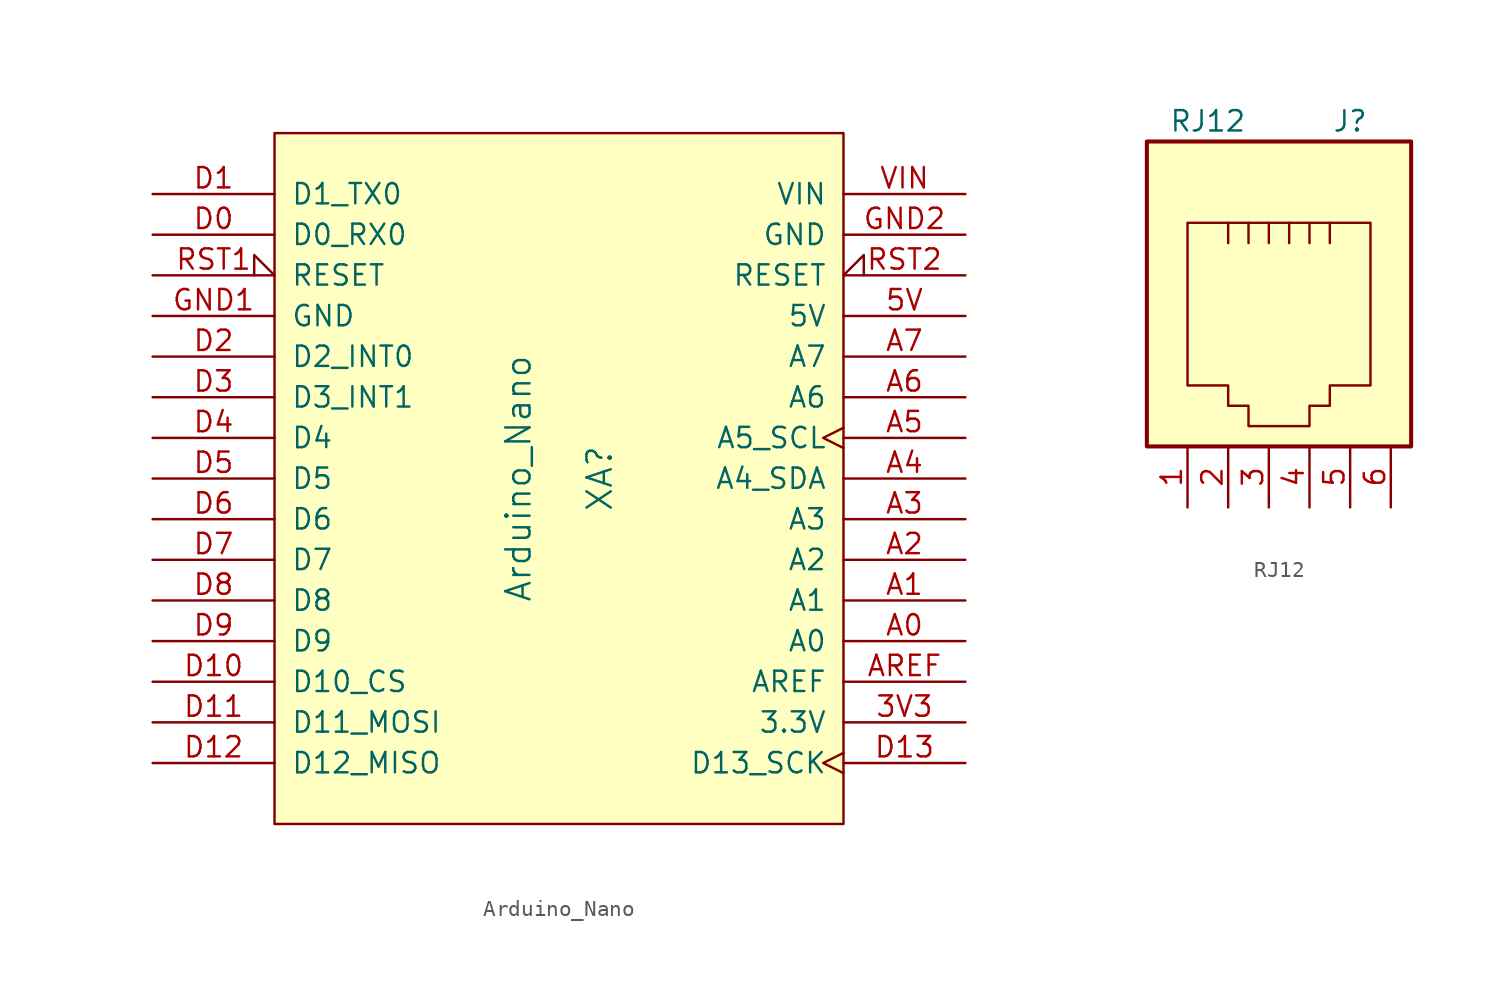
<source format=kicad_sym>
(kicad_symbol_lib
  (version 20220914)
  (generator kicad_symbol_editor)
  (symbol "Arduino_Nano"
    (pin_names
      (offset 1.016))
    (property "Reference" "XA"
      (at 2.54 0 90)
      (effects (font (size 1.524 1.524))))
    (property "Value" "Arduino_Nano"
      (at -2.54 0 90)
      (effects (font (size 1.524 1.524))))
    (symbol "Arduino_Nano_0_0"
      (rectangle (start -17.78 21.59) (end 17.78 -21.59) (stroke (width 0) (type default)) (fill (type background))))
    (symbol "Arduino_Nano_1_1"
      (pin power_in line (at 25.4 -15.24 180) (length 7.62) (name "3.3V" (effects (font (size 1.27 1.27)))) (number "3V3" (effects (font (size 1.27 1.27)))))
      (pin power_in line (at 25.4 10.16 180) (length 7.62) (name "5V" (effects (font (size 1.27 1.27)))) (number "5V" (effects (font (size 1.27 1.27)))))
      (pin bidirectional line (at 25.4 -10.16 180) (length 7.62) (name "A0" (effects (font (size 1.27 1.27)))) (number "A0" (effects (font (size 1.27 1.27)))))
      (pin bidirectional line (at 25.4 -7.62 180) (length 7.62) (name "A1" (effects (font (size 1.27 1.27)))) (number "A1" (effects (font (size 1.27 1.27)))))
      (pin bidirectional line (at 25.4 -5.08 180) (length 7.62) (name "A2" (effects (font (size 1.27 1.27)))) (number "A2" (effects (font (size 1.27 1.27)))))
      (pin bidirectional line (at 25.4 -2.54 180) (length 7.62) (name "A3" (effects (font (size 1.27 1.27)))) (number "A3" (effects (font (size 1.27 1.27)))))
      (pin bidirectional line (at 25.4 0 180) (length 7.62) (name "A4_SDA" (effects (font (size 1.27 1.27)))) (number "A4" (effects (font (size 1.27 1.27)))))
      (pin bidirectional clock (at 25.4 2.54 180) (length 7.62) (name "A5_SCL" (effects (font (size 1.27 1.27)))) (number "A5" (effects (font (size 1.27 1.27)))))
      (pin input line (at 25.4 5.08 180) (length 7.62) (name "A6" (effects (font (size 1.27 1.27)))) (number "A6" (effects (font (size 1.27 1.27)))))
      (pin input line (at 25.4 7.62 180) (length 7.62) (name "A7" (effects (font (size 1.27 1.27)))) (number "A7" (effects (font (size 1.27 1.27)))))
      (pin input line (at 25.4 -12.7 180) (length 7.62) (name "AREF" (effects (font (size 1.27 1.27)))) (number "AREF" (effects (font (size 1.27 1.27)))))
      (pin bidirectional line (at -25.4 15.24 0) (length 7.62) (name "D0_RX0" (effects (font (size 1.27 1.27)))) (number "D0" (effects (font (size 1.27 1.27)))))
      (pin bidirectional line (at -25.4 17.78 0) (length 7.62) (name "D1_TX0" (effects (font (size 1.27 1.27)))) (number "D1" (effects (font (size 1.27 1.27)))))
      (pin bidirectional line (at -25.4 -12.7 0) (length 7.62) (name "D10_CS" (effects (font (size 1.27 1.27)))) (number "D10" (effects (font (size 1.27 1.27)))))
      (pin bidirectional line (at -25.4 -15.24 0) (length 7.62) (name "D11_MOSI" (effects (font (size 1.27 1.27)))) (number "D11" (effects (font (size 1.27 1.27)))))
      (pin bidirectional line (at -25.4 -17.78 0) (length 7.62) (name "D12_MISO" (effects (font (size 1.27 1.27)))) (number "D12" (effects (font (size 1.27 1.27)))))
      (pin bidirectional clock (at 25.4 -17.78 180) (length 7.62) (name "D13_SCK" (effects (font (size 1.27 1.27)))) (number "D13" (effects (font (size 1.27 1.27)))))
      (pin bidirectional line (at -25.4 7.62 0) (length 7.62) (name "D2_INT0" (effects (font (size 1.27 1.27)))) (number "D2" (effects (font (size 1.27 1.27)))))
      (pin bidirectional line (at -25.4 5.08 0) (length 7.62) (name "D3_INT1" (effects (font (size 1.27 1.27)))) (number "D3" (effects (font (size 1.27 1.27)))))
      (pin bidirectional line (at -25.4 2.54 0) (length 7.62) (name "D4" (effects (font (size 1.27 1.27)))) (number "D4" (effects (font (size 1.27 1.27)))))
      (pin bidirectional line (at -25.4 0 0) (length 7.62) (name "D5" (effects (font (size 1.27 1.27)))) (number "D5" (effects (font (size 1.27 1.27)))))
      (pin bidirectional line (at -25.4 -2.54 0) (length 7.62) (name "D6" (effects (font (size 1.27 1.27)))) (number "D6" (effects (font (size 1.27 1.27)))))
      (pin bidirectional line (at -25.4 -5.08 0) (length 7.62) (name "D7" (effects (font (size 1.27 1.27)))) (number "D7" (effects (font (size 1.27 1.27)))))
      (pin bidirectional line (at -25.4 -7.62 0) (length 7.62) (name "D8" (effects (font (size 1.27 1.27)))) (number "D8" (effects (font (size 1.27 1.27)))))
      (pin bidirectional line (at -25.4 -10.16 0) (length 7.62) (name "D9" (effects (font (size 1.27 1.27)))) (number "D9" (effects (font (size 1.27 1.27)))))
      (pin power_in line (at -25.4 10.16 0) (length 7.62) (name "GND" (effects (font (size 1.27 1.27)))) (number "GND1" (effects (font (size 1.27 1.27)))))
      (pin power_in line (at 25.4 15.24 180) (length 7.62) (name "GND" (effects (font (size 1.27 1.27)))) (number "GND2" (effects (font (size 1.27 1.27)))))
      (pin open_collector input_low (at -25.4 12.7 0) (length 7.62) (name "RESET" (effects (font (size 1.27 1.27)))) (number "RST1" (effects (font (size 1.27 1.27)))))
      (pin open_collector input_low (at 25.4 12.7 180) (length 7.62) (name "RESET" (effects (font (size 1.27 1.27)))) (number "RST2" (effects (font (size 1.27 1.27)))))
      (pin power_in line (at 25.4 17.78 180) (length 7.62) (name "VIN" (effects (font (size 1.27 1.27)))) (number "VIN" (effects (font (size 1.27 1.27)))))))
  (symbol "RJ12"
    (pin_names
      (offset 1.016))
    (property "Reference" "J"
      (at 5.08 12.7 0)
      (effects (font (size 1.27 1.27))))
    (property "Value" "RJ12"
      (at -3.81 12.7 0)
      (effects (font (size 1.27 1.27))))
    (symbol "RJ12_0_1"
      (polyline (pts (xy -2.54 6.35) (xy -2.54 5.08) (xy -2.54 5.08)) (stroke (width 0) (type default)) (fill (type none)))
      (polyline (pts (xy -1.27 6.35) (xy -1.27 5.08) (xy -1.27 5.08)) (stroke (width 0) (type default)) (fill (type none)))
      (polyline (pts (xy 0 6.35) (xy 0 5.08) (xy 0 5.08)) (stroke (width 0) (type default)) (fill (type none)))
      (polyline (pts (xy 1.27 6.35) (xy 1.27 5.08) (xy 1.27 5.08)) (stroke (width 0) (type default)) (fill (type none)))
      (polyline (pts (xy 2.54 6.35) (xy 2.54 5.08) (xy 2.54 5.08)) (stroke (width 0) (type default)) (fill (type none)))
      (polyline (pts (xy 3.81 5.08) (xy 3.81 6.35) (xy 3.81 6.35)) (stroke (width 0) (type default)) (fill (type none)))
      (polyline (pts (xy -5.08 6.35) (xy 6.35 6.35) (xy 6.35 -3.81) (xy 3.81 -3.81) (xy 3.81 -5.08) (xy 2.54 -5.08) (xy 2.54 -6.35) (xy -1.27 -6.35) (xy -1.27 -5.08) (xy -2.54 -5.08) (xy -2.54 -3.81) (xy -5.08 -3.81) (xy -5.08 6.35) (xy -5.08 6.35)) (stroke (width 0) (type default)) (fill (type none)))
      (rectangle (start 8.89 -7.62) (end -7.62 11.43) (stroke (width 0.254) (type default)) (fill (type background))))
    (symbol "RJ12_1_1"
      (pin passive line (at -5.08 -11.43 90) (length 3.81) (name "~" (effects (font (size 1.27 1.27)))) (number "1" (effects (font (size 1.27 1.27)))))
      (pin passive line (at -2.54 -11.43 90) (length 3.81) (name "~" (effects (font (size 1.27 1.27)))) (number "2" (effects (font (size 1.27 1.27)))))
      (pin passive line (at 0 -11.43 90) (length 3.81) (name "~" (effects (font (size 1.27 1.27)))) (number "3" (effects (font (size 1.27 1.27)))))
      (pin passive line (at 2.54 -11.43 90) (length 3.81) (name "~" (effects (font (size 1.27 1.27)))) (number "4" (effects (font (size 1.27 1.27)))))
      (pin passive line (at 5.08 -11.43 90) (length 3.81) (name "~" (effects (font (size 1.27 1.27)))) (number "5" (effects (font (size 1.27 1.27)))))
      (pin passive line (at 7.62 -11.43 90) (length 3.81) (name "~" (effects (font (size 1.27 1.27)))) (number "6" (effects (font (size 1.27 1.27))))))))
</source>
